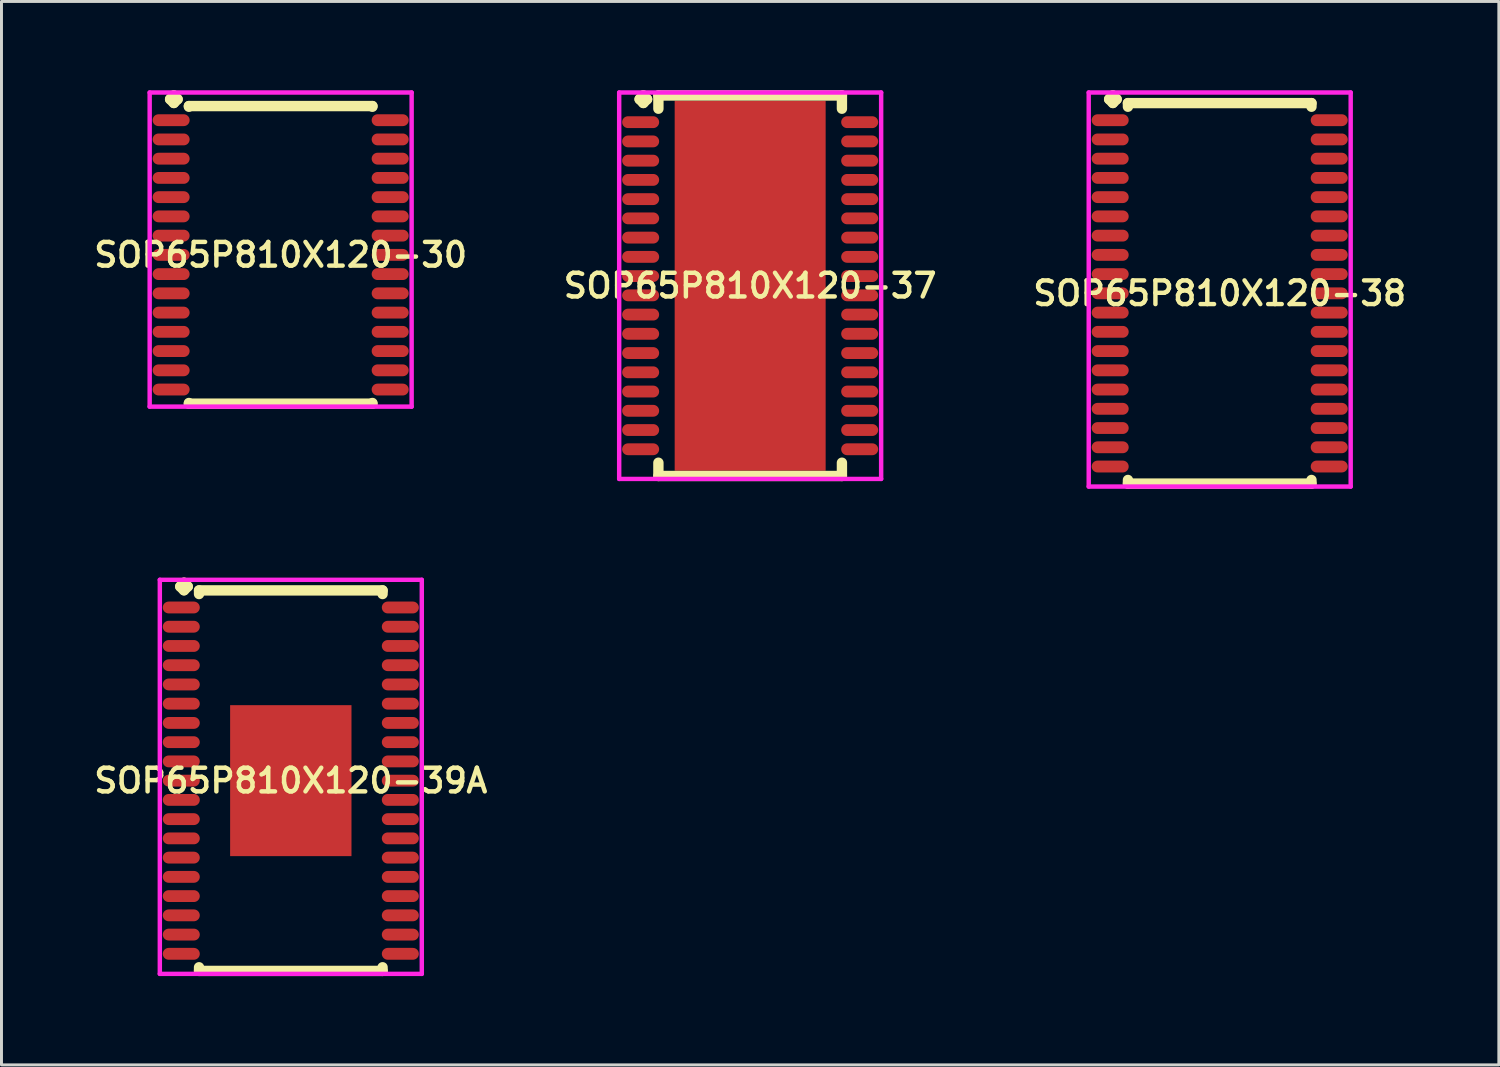
<source format=kicad_pcb>
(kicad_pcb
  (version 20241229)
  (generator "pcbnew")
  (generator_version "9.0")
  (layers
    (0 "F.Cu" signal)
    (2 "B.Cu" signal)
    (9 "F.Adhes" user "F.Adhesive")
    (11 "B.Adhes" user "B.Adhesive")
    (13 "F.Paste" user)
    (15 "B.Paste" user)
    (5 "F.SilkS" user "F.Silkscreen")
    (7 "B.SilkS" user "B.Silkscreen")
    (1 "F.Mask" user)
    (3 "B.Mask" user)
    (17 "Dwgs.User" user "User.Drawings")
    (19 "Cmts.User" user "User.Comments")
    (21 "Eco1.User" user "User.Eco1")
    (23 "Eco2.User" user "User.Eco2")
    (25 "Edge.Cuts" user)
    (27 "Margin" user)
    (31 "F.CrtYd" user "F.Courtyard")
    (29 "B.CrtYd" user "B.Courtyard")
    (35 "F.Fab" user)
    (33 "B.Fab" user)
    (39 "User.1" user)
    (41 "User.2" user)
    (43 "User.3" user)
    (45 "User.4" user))
  (footprint "SOP65P810X120-37"
    (layer "F.Cu")
    (at 22.292 6.602)
    (property "Reference" "SOP65P810X120-37" (at 0 0 0) (layer "F.SilkS") (effects (font (size 0.8 0.8) (thickness 0.15))))
    (attr smd)
    (fp_line (start -3.735 -6.3) (end -3.608 -6.427) (stroke (width 0.35) (type solid)) (layer "F.SilkS"))
    (fp_line (start -3.608 -6.427) (end -3.481 -6.3) (stroke (width 0.35) (type solid)) (layer "F.SilkS"))
    (fp_line (start -3.608 -6.173) (end -3.735 -6.3) (stroke (width 0.35) (type solid)) (layer "F.SilkS"))
    (fp_line (start -3.481 -6.3) (end -3.608 -6.173) (stroke (width 0.35) (type solid)) (layer "F.SilkS"))
    (fp_line (start -3.1 -6.427) (end 3.1 -6.427) (stroke (width 0.35) (type solid)) (layer "F.SilkS"))
    (fp_line (start -3.1 -5.979) (end -3.1 -6.427) (stroke (width 0.35) (type solid)) (layer "F.SilkS"))
    (fp_line (start -3.1 5.979) (end -3.1 6.427) (stroke (width 0.35) (type solid)) (layer "F.SilkS"))
    (fp_line (start -3.1 6.427) (end 3.1 6.427) (stroke (width 0.35) (type solid)) (layer "F.SilkS"))
    (fp_line (start 3.1 -6.427) (end 3.1 -5.979) (stroke (width 0.35) (type solid)) (layer "F.SilkS"))
    (fp_line (start 3.1 6.427) (end 3.1 5.979) (stroke (width 0.35) (type solid)) (layer "F.SilkS"))
    (fp_line (start -4.425 -6.527) (end 4.425 -6.527) (stroke (width 0.15) (type solid)) (layer "F.CrtYd"))
    (fp_line (start -4.425 6.527) (end -4.425 -6.527) (stroke (width 0.15) (type solid)) (layer "F.CrtYd"))
    (fp_line (start 4.425 -6.527) (end 4.425 6.527) (stroke (width 0.15) (type solid)) (layer "F.CrtYd"))
    (fp_line (start 4.425 6.527) (end -4.425 6.527) (stroke (width 0.15) (type solid)) (layer "F.CrtYd"))
    (pad "1" smd oval (at -3.7 -5.525) (size 1.25 0.4) (layers "F.Cu" "F.Mask" "F.Paste"))
    (pad "2" smd oval (at -3.7 -4.875) (size 1.25 0.4) (layers "F.Cu" "F.Mask" "F.Paste"))
    (pad "3" smd oval (at -3.7 -4.225) (size 1.25 0.4) (layers "F.Cu" "F.Mask" "F.Paste"))
    (pad "4" smd oval (at -3.7 -3.575) (size 1.25 0.4) (layers "F.Cu" "F.Mask" "F.Paste"))
    (pad "5" smd oval (at -3.7 -2.925) (size 1.25 0.4) (layers "F.Cu" "F.Mask" "F.Paste"))
    (pad "6" smd oval (at -3.7 -2.275) (size 1.25 0.4) (layers "F.Cu" "F.Mask" "F.Paste"))
    (pad "7" smd oval (at -3.7 -1.625) (size 1.25 0.4) (layers "F.Cu" "F.Mask" "F.Paste"))
    (pad "8" smd oval (at -3.7 -0.975) (size 1.25 0.4) (layers "F.Cu" "F.Mask" "F.Paste"))
    (pad "9" smd oval (at -3.7 -0.325) (size 1.25 0.4) (layers "F.Cu" "F.Mask" "F.Paste"))
    (pad "10" smd oval (at -3.7 0.325) (size 1.25 0.4) (layers "F.Cu" "F.Mask" "F.Paste"))
    (pad "11" smd oval (at -3.7 0.975) (size 1.25 0.4) (layers "F.Cu" "F.Mask" "F.Paste"))
    (pad "12" smd oval (at -3.7 1.625) (size 1.25 0.4) (layers "F.Cu" "F.Mask" "F.Paste"))
    (pad "13" smd oval (at -3.7 2.275) (size 1.25 0.4) (layers "F.Cu" "F.Mask" "F.Paste"))
    (pad "14" smd oval (at -3.7 2.925) (size 1.25 0.4) (layers "F.Cu" "F.Mask" "F.Paste"))
    (pad "15" smd oval (at -3.7 3.575) (size 1.25 0.4) (layers "F.Cu" "F.Mask" "F.Paste"))
    (pad "16" smd oval (at -3.7 4.225) (size 1.25 0.4) (layers "F.Cu" "F.Mask" "F.Paste"))
    (pad "17" smd oval (at -3.7 4.875) (size 1.25 0.4) (layers "F.Cu" "F.Mask" "F.Paste"))
    (pad "18" smd oval (at -3.7 5.525) (size 1.25 0.4) (layers "F.Cu" "F.Mask" "F.Paste"))
    (pad "19" smd oval (at 3.7 5.525) (size 1.25 0.4) (layers "F.Cu" "F.Mask" "F.Paste"))
    (pad "20" smd oval (at 3.7 4.875) (size 1.25 0.4) (layers "F.Cu" "F.Mask" "F.Paste"))
    (pad "21" smd oval (at 3.7 4.225) (size 1.25 0.4) (layers "F.Cu" "F.Mask" "F.Paste"))
    (pad "22" smd oval (at 3.7 3.575) (size 1.25 0.4) (layers "F.Cu" "F.Mask" "F.Paste"))
    (pad "23" smd oval (at 3.7 2.925) (size 1.25 0.4) (layers "F.Cu" "F.Mask" "F.Paste"))
    (pad "24" smd oval (at 3.7 2.275) (size 1.25 0.4) (layers "F.Cu" "F.Mask" "F.Paste"))
    (pad "25" smd oval (at 3.7 1.625) (size 1.25 0.4) (layers "F.Cu" "F.Mask" "F.Paste"))
    (pad "26" smd oval (at 3.7 0.975) (size 1.25 0.4) (layers "F.Cu" "F.Mask" "F.Paste"))
    (pad "27" smd oval (at 3.7 0.325) (size 1.25 0.4) (layers "F.Cu" "F.Mask" "F.Paste"))
    (pad "28" smd oval (at 3.7 -0.325) (size 1.25 0.4) (layers "F.Cu" "F.Mask" "F.Paste"))
    (pad "29" smd oval (at 3.7 -0.975) (size 1.25 0.4) (layers "F.Cu" "F.Mask" "F.Paste"))
    (pad "30" smd oval (at 3.7 -1.625) (size 1.25 0.4) (layers "F.Cu" "F.Mask" "F.Paste"))
    (pad "31" smd oval (at 3.7 -2.275) (size 1.25 0.4) (layers "F.Cu" "F.Mask" "F.Paste"))
    (pad "32" smd oval (at 3.7 -2.925) (size 1.25 0.4) (layers "F.Cu" "F.Mask" "F.Paste"))
    (pad "33" smd oval (at 3.7 -3.575) (size 1.25 0.4) (layers "F.Cu" "F.Mask" "F.Paste"))
    (pad "34" smd oval (at 3.7 -4.225) (size 1.25 0.4) (layers "F.Cu" "F.Mask" "F.Paste"))
    (pad "35" smd oval (at 3.7 -4.875) (size 1.25 0.4) (layers "F.Cu" "F.Mask" "F.Paste"))
    (pad "36" smd oval (at 3.7 -5.525) (size 1.25 0.4) (layers "F.Cu" "F.Mask" "F.Paste"))
    (pad "37" smd rect (at 0 0) (size 5.1 12.5) (layers "F.Cu" "F.Mask" "F.Paste")))
  (footprint "SOP65P810X120-38"
    (layer "F.Cu")
    (at 38.154 6.86)
    (property "Reference" "SOP65P810X120-38" (at 0 0 0) (layer "F.SilkS") (effects (font (size 0.8 0.8) (thickness 0.15))))
    (attr smd)
    (fp_line (start -3.735 -6.558) (end -3.608 -6.685) (stroke (width 0.35) (type solid)) (layer "F.SilkS"))
    (fp_line (start -3.608 -6.685) (end -3.481 -6.558) (stroke (width 0.35) (type solid)) (layer "F.SilkS"))
    (fp_line (start -3.608 -6.431) (end -3.735 -6.558) (stroke (width 0.35) (type solid)) (layer "F.SilkS"))
    (fp_line (start -3.481 -6.558) (end -3.608 -6.431) (stroke (width 0.35) (type solid)) (layer "F.SilkS"))
    (fp_line (start -3.1 -6.427) (end 3.1 -6.427) (stroke (width 0.35) (type solid)) (layer "F.SilkS"))
    (fp_line (start -3.1 -6.304) (end -3.1 -6.427) (stroke (width 0.35) (type solid)) (layer "F.SilkS"))
    (fp_line (start -3.1 6.304) (end -3.1 6.427) (stroke (width 0.35) (type solid)) (layer "F.SilkS"))
    (fp_line (start -3.1 6.427) (end 3.1 6.427) (stroke (width 0.35) (type solid)) (layer "F.SilkS"))
    (fp_line (start 3.1 -6.427) (end 3.1 -6.304) (stroke (width 0.35) (type solid)) (layer "F.SilkS"))
    (fp_line (start 3.1 6.427) (end 3.1 6.304) (stroke (width 0.35) (type solid)) (layer "F.SilkS"))
    (fp_line (start -4.425 -6.785) (end 4.425 -6.785) (stroke (width 0.15) (type solid)) (layer "F.CrtYd"))
    (fp_line (start -4.425 6.527) (end -4.425 -6.785) (stroke (width 0.15) (type solid)) (layer "F.CrtYd"))
    (fp_line (start 4.425 -6.785) (end 4.425 6.527) (stroke (width 0.15) (type solid)) (layer "F.CrtYd"))
    (fp_line (start 4.425 6.527) (end -4.425 6.527) (stroke (width 0.15) (type solid)) (layer "F.CrtYd"))
    (pad "1" smd oval (at -3.7 -5.85) (size 1.25 0.4) (layers "F.Cu" "F.Mask" "F.Paste"))
    (pad "2" smd oval (at -3.7 -5.2) (size 1.25 0.4) (layers "F.Cu" "F.Mask" "F.Paste"))
    (pad "3" smd oval (at -3.7 -4.55) (size 1.25 0.4) (layers "F.Cu" "F.Mask" "F.Paste"))
    (pad "4" smd oval (at -3.7 -3.9) (size 1.25 0.4) (layers "F.Cu" "F.Mask" "F.Paste"))
    (pad "5" smd oval (at -3.7 -3.25) (size 1.25 0.4) (layers "F.Cu" "F.Mask" "F.Paste"))
    (pad "6" smd oval (at -3.7 -2.6) (size 1.25 0.4) (layers "F.Cu" "F.Mask" "F.Paste"))
    (pad "7" smd oval (at -3.7 -1.95) (size 1.25 0.4) (layers "F.Cu" "F.Mask" "F.Paste"))
    (pad "8" smd oval (at -3.7 -1.3) (size 1.25 0.4) (layers "F.Cu" "F.Mask" "F.Paste"))
    (pad "9" smd oval (at -3.7 -0.65) (size 1.25 0.4) (layers "F.Cu" "F.Mask" "F.Paste"))
    (pad "10" smd oval (at -3.7 0) (size 1.25 0.4) (layers "F.Cu" "F.Mask" "F.Paste"))
    (pad "11" smd oval (at -3.7 0.65) (size 1.25 0.4) (layers "F.Cu" "F.Mask" "F.Paste"))
    (pad "12" smd oval (at -3.7 1.3) (size 1.25 0.4) (layers "F.Cu" "F.Mask" "F.Paste"))
    (pad "13" smd oval (at -3.7 1.95) (size 1.25 0.4) (layers "F.Cu" "F.Mask" "F.Paste"))
    (pad "14" smd oval (at -3.7 2.6) (size 1.25 0.4) (layers "F.Cu" "F.Mask" "F.Paste"))
    (pad "15" smd oval (at -3.7 3.25) (size 1.25 0.4) (layers "F.Cu" "F.Mask" "F.Paste"))
    (pad "16" smd oval (at -3.7 3.9) (size 1.25 0.4) (layers "F.Cu" "F.Mask" "F.Paste"))
    (pad "17" smd oval (at -3.7 4.55) (size 1.25 0.4) (layers "F.Cu" "F.Mask" "F.Paste"))
    (pad "18" smd oval (at -3.7 5.2) (size 1.25 0.4) (layers "F.Cu" "F.Mask" "F.Paste"))
    (pad "19" smd oval (at -3.7 5.85) (size 1.25 0.4) (layers "F.Cu" "F.Mask" "F.Paste"))
    (pad "20" smd oval (at 3.7 5.85) (size 1.25 0.4) (layers "F.Cu" "F.Mask" "F.Paste"))
    (pad "21" smd oval (at 3.7 5.2) (size 1.25 0.4) (layers "F.Cu" "F.Mask" "F.Paste"))
    (pad "22" smd oval (at 3.7 4.55) (size 1.25 0.4) (layers "F.Cu" "F.Mask" "F.Paste"))
    (pad "23" smd oval (at 3.7 3.9) (size 1.25 0.4) (layers "F.Cu" "F.Mask" "F.Paste"))
    (pad "24" smd oval (at 3.7 3.25) (size 1.25 0.4) (layers "F.Cu" "F.Mask" "F.Paste"))
    (pad "25" smd oval (at 3.7 2.6) (size 1.25 0.4) (layers "F.Cu" "F.Mask" "F.Paste"))
    (pad "26" smd oval (at 3.7 1.95) (size 1.25 0.4) (layers "F.Cu" "F.Mask" "F.Paste"))
    (pad "27" smd oval (at 3.7 1.3) (size 1.25 0.4) (layers "F.Cu" "F.Mask" "F.Paste"))
    (pad "28" smd oval (at 3.7 0.65) (size 1.25 0.4) (layers "F.Cu" "F.Mask" "F.Paste"))
    (pad "29" smd oval (at 3.7 0) (size 1.25 0.4) (layers "F.Cu" "F.Mask" "F.Paste"))
    (pad "30" smd oval (at 3.7 -0.65) (size 1.25 0.4) (layers "F.Cu" "F.Mask" "F.Paste"))
    (pad "31" smd oval (at 3.7 -1.3) (size 1.25 0.4) (layers "F.Cu" "F.Mask" "F.Paste"))
    (pad "32" smd oval (at 3.7 -1.95) (size 1.25 0.4) (layers "F.Cu" "F.Mask" "F.Paste"))
    (pad "33" smd oval (at 3.7 -2.6) (size 1.25 0.4) (layers "F.Cu" "F.Mask" "F.Paste"))
    (pad "34" smd oval (at 3.7 -3.25) (size 1.25 0.4) (layers "F.Cu" "F.Mask" "F.Paste"))
    (pad "35" smd oval (at 3.7 -3.9) (size 1.25 0.4) (layers "F.Cu" "F.Mask" "F.Paste"))
    (pad "36" smd oval (at 3.7 -4.55) (size 1.25 0.4) (layers "F.Cu" "F.Mask" "F.Paste"))
    (pad "37" smd oval (at 3.7 -5.2) (size 1.25 0.4) (layers "F.Cu" "F.Mask" "F.Paste"))
    (pad "38" smd oval (at 3.7 -5.85) (size 1.25 0.4) (layers "F.Cu" "F.Mask" "F.Paste")))
  (footprint "SOP65P810X120-30"
    (layer "F.Cu")
    (at 6.431 5.56)
    (property "Reference" "SOP65P810X120-30" (at 0 0 0) (layer "F.SilkS") (effects (font (size 0.8 0.8) (thickness 0.15))))
    (attr through_hole)
    (fp_line (start -3.735 -5.258) (end -3.608 -5.385) (stroke (width 0.35) (type solid)) (layer "F.SilkS"))
    (fp_line (start -3.608 -5.385) (end -3.481 -5.258) (stroke (width 0.35) (type solid)) (layer "F.SilkS"))
    (fp_line (start -3.608 -5.131) (end -3.735 -5.258) (stroke (width 0.35) (type solid)) (layer "F.SilkS"))
    (fp_line (start -3.481 -5.258) (end -3.608 -5.131) (stroke (width 0.35) (type solid)) (layer "F.SilkS"))
    (fp_line (start -3.1 -5.027) (end 3.1 -5.027) (stroke (width 0.35) (type solid)) (layer "F.SilkS"))
    (fp_line (start -3.1 -5.004) (end -3.1 -5.027) (stroke (width 0.35) (type solid)) (layer "F.SilkS"))
    (fp_line (start -3.1 5.004) (end -3.1 5.027) (stroke (width 0.35) (type solid)) (layer "F.SilkS"))
    (fp_line (start -3.1 5.027) (end 3.1 5.027) (stroke (width 0.35) (type solid)) (layer "F.SilkS"))
    (fp_line (start 3.1 -5.027) (end 3.1 -5.004) (stroke (width 0.35) (type solid)) (layer "F.SilkS"))
    (fp_line (start 3.1 5.027) (end 3.1 5.004) (stroke (width 0.35) (type solid)) (layer "F.SilkS"))
    (fp_line (start -4.425 -5.485) (end 4.425 -5.485) (stroke (width 0.15) (type solid)) (layer "F.CrtYd"))
    (fp_line (start -4.425 5.127) (end -4.425 -5.485) (stroke (width 0.15) (type solid)) (layer "F.CrtYd"))
    (fp_line (start 4.425 -5.485) (end 4.425 5.127) (stroke (width 0.15) (type solid)) (layer "F.CrtYd"))
    (fp_line (start 4.425 5.127) (end -4.425 5.127) (stroke (width 0.15) (type solid)) (layer "F.CrtYd"))
    (pad "1" smd oval (at -3.7 -4.55) (size 1.25 0.4) (layers "F.Cu" "F.Mask" "F.Paste"))
    (pad "2" smd oval (at -3.7 -3.9) (size 1.25 0.4) (layers "F.Cu" "F.Mask" "F.Paste"))
    (pad "3" smd oval (at -3.7 -3.25) (size 1.25 0.4) (layers "F.Cu" "F.Mask" "F.Paste"))
    (pad "4" smd oval (at -3.7 -2.6) (size 1.25 0.4) (layers "F.Cu" "F.Mask" "F.Paste"))
    (pad "5" smd oval (at -3.7 -1.95) (size 1.25 0.4) (layers "F.Cu" "F.Mask" "F.Paste"))
    (pad "6" smd oval (at -3.7 -1.3) (size 1.25 0.4) (layers "F.Cu" "F.Mask" "F.Paste"))
    (pad "7" smd oval (at -3.7 -0.65) (size 1.25 0.4) (layers "F.Cu" "F.Mask" "F.Paste"))
    (pad "8" smd oval (at -3.7 0) (size 1.25 0.4) (layers "F.Cu" "F.Mask" "F.Paste"))
    (pad "9" smd oval (at -3.7 0.65) (size 1.25 0.4) (layers "F.Cu" "F.Mask" "F.Paste"))
    (pad "10" smd oval (at -3.7 1.3) (size 1.25 0.4) (layers "F.Cu" "F.Mask" "F.Paste"))
    (pad "11" smd oval (at -3.7 1.95) (size 1.25 0.4) (layers "F.Cu" "F.Mask" "F.Paste"))
    (pad "12" smd oval (at -3.7 2.6) (size 1.25 0.4) (layers "F.Cu" "F.Mask" "F.Paste"))
    (pad "13" smd oval (at -3.7 3.25) (size 1.25 0.4) (layers "F.Cu" "F.Mask" "F.Paste"))
    (pad "14" smd oval (at -3.7 3.9) (size 1.25 0.4) (layers "F.Cu" "F.Mask" "F.Paste"))
    (pad "15" smd oval (at -3.7 4.55) (size 1.25 0.4) (layers "F.Cu" "F.Mask" "F.Paste"))
    (pad "16" smd oval (at 3.7 4.55) (size 1.25 0.4) (layers "F.Cu" "F.Mask" "F.Paste"))
    (pad "17" smd oval (at 3.7 3.9) (size 1.25 0.4) (layers "F.Cu" "F.Mask" "F.Paste"))
    (pad "18" smd oval (at 3.7 3.25) (size 1.25 0.4) (layers "F.Cu" "F.Mask" "F.Paste"))
    (pad "19" smd oval (at 3.7 2.6) (size 1.25 0.4) (layers "F.Cu" "F.Mask" "F.Paste"))
    (pad "20" smd oval (at 3.7 1.95) (size 1.25 0.4) (layers "F.Cu" "F.Mask" "F.Paste"))
    (pad "21" smd oval (at 3.7 1.3) (size 1.25 0.4) (layers "F.Cu" "F.Mask" "F.Paste"))
    (pad "22" smd oval (at 3.7 0.65) (size 1.25 0.4) (layers "F.Cu" "F.Mask" "F.Paste"))
    (pad "23" smd oval (at 3.7 0) (size 1.25 0.4) (layers "F.Cu" "F.Mask" "F.Paste"))
    (pad "24" smd oval (at 3.7 -0.65) (size 1.25 0.4) (layers "F.Cu" "F.Mask" "F.Paste"))
    (pad "25" smd oval (at 3.7 -1.3) (size 1.25 0.4) (layers "F.Cu" "F.Mask" "F.Paste"))
    (pad "26" smd oval (at 3.7 -1.95) (size 1.25 0.4) (layers "F.Cu" "F.Mask" "F.Paste"))
    (pad "27" smd oval (at 3.7 -2.6) (size 1.25 0.4) (layers "F.Cu" "F.Mask" "F.Paste"))
    (pad "28" smd oval (at 3.7 -3.25) (size 1.25 0.4) (layers "F.Cu" "F.Mask" "F.Paste"))
    (pad "29" smd oval (at 3.7 -3.9) (size 1.25 0.4) (layers "F.Cu" "F.Mask" "F.Paste"))
    (pad "30" smd oval (at 3.7 -4.55) (size 1.25 0.4) (layers "F.Cu" "F.Mask" "F.Paste")))
  (footprint "SOP65P810X120-39A"
    (layer "F.Cu")
    (at 6.774 23.322)
    (property "Reference" "SOP65P810X120-39A" (at 0 0 0) (layer "F.SilkS") (effects (font (size 0.8 0.8) (thickness 0.15))))
    (attr smd)
    (fp_line (start -3.735 -6.558) (end -3.608 -6.685) (stroke (width 0.35) (type solid)) (layer "F.SilkS"))
    (fp_line (start -3.608 -6.685) (end -3.481 -6.558) (stroke (width 0.35) (type solid)) (layer "F.SilkS"))
    (fp_line (start -3.608 -6.431) (end -3.735 -6.558) (stroke (width 0.35) (type solid)) (layer "F.SilkS"))
    (fp_line (start -3.481 -6.558) (end -3.608 -6.431) (stroke (width 0.35) (type solid)) (layer "F.SilkS"))
    (fp_line (start -3.1 -6.427) (end 3.1 -6.427) (stroke (width 0.35) (type solid)) (layer "F.SilkS"))
    (fp_line (start -3.1 -6.304) (end -3.1 -6.427) (stroke (width 0.35) (type solid)) (layer "F.SilkS"))
    (fp_line (start -3.1 6.304) (end -3.1 6.427) (stroke (width 0.35) (type solid)) (layer "F.SilkS"))
    (fp_line (start -3.1 6.427) (end 3.1 6.427) (stroke (width 0.35) (type solid)) (layer "F.SilkS"))
    (fp_line (start 3.1 -6.427) (end 3.1 -6.304) (stroke (width 0.35) (type solid)) (layer "F.SilkS"))
    (fp_line (start 3.1 6.427) (end 3.1 6.304) (stroke (width 0.35) (type solid)) (layer "F.SilkS"))
    (fp_line (start -4.425 -6.785) (end 4.425 -6.785) (stroke (width 0.15) (type solid)) (layer "F.CrtYd"))
    (fp_line (start -4.425 6.527) (end -4.425 -6.785) (stroke (width 0.15) (type solid)) (layer "F.CrtYd"))
    (fp_line (start 4.425 -6.785) (end 4.425 6.527) (stroke (width 0.15) (type solid)) (layer "F.CrtYd"))
    (fp_line (start 4.425 6.527) (end -4.425 6.527) (stroke (width 0.15) (type solid)) (layer "F.CrtYd"))
    (pad "1" smd oval (at -3.7 -5.85) (size 1.25 0.4) (layers "F.Cu" "F.Mask" "F.Paste"))
    (pad "2" smd oval (at -3.7 -5.2) (size 1.25 0.4) (layers "F.Cu" "F.Mask" "F.Paste"))
    (pad "3" smd oval (at -3.7 -4.55) (size 1.25 0.4) (layers "F.Cu" "F.Mask" "F.Paste"))
    (pad "4" smd oval (at -3.7 -3.9) (size 1.25 0.4) (layers "F.Cu" "F.Mask" "F.Paste"))
    (pad "5" smd oval (at -3.7 -3.25) (size 1.25 0.4) (layers "F.Cu" "F.Mask" "F.Paste"))
    (pad "6" smd oval (at -3.7 -2.6) (size 1.25 0.4) (layers "F.Cu" "F.Mask" "F.Paste"))
    (pad "7" smd oval (at -3.7 -1.95) (size 1.25 0.4) (layers "F.Cu" "F.Mask" "F.Paste"))
    (pad "8" smd oval (at -3.7 -1.3) (size 1.25 0.4) (layers "F.Cu" "F.Mask" "F.Paste"))
    (pad "9" smd oval (at -3.7 -0.65) (size 1.25 0.4) (layers "F.Cu" "F.Mask" "F.Paste"))
    (pad "10" smd oval (at -3.7 0) (size 1.25 0.4) (layers "F.Cu" "F.Mask" "F.Paste"))
    (pad "11" smd oval (at -3.7 0.65) (size 1.25 0.4) (layers "F.Cu" "F.Mask" "F.Paste"))
    (pad "12" smd oval (at -3.7 1.3) (size 1.25 0.4) (layers "F.Cu" "F.Mask" "F.Paste"))
    (pad "13" smd oval (at -3.7 1.95) (size 1.25 0.4) (layers "F.Cu" "F.Mask" "F.Paste"))
    (pad "14" smd oval (at -3.7 2.6) (size 1.25 0.4) (layers "F.Cu" "F.Mask" "F.Paste"))
    (pad "15" smd oval (at -3.7 3.25) (size 1.25 0.4) (layers "F.Cu" "F.Mask" "F.Paste"))
    (pad "16" smd oval (at -3.7 3.9) (size 1.25 0.4) (layers "F.Cu" "F.Mask" "F.Paste"))
    (pad "17" smd oval (at -3.7 4.55) (size 1.25 0.4) (layers "F.Cu" "F.Mask" "F.Paste"))
    (pad "18" smd oval (at -3.7 5.2) (size 1.25 0.4) (layers "F.Cu" "F.Mask" "F.Paste"))
    (pad "19" smd oval (at -3.7 5.85) (size 1.25 0.4) (layers "F.Cu" "F.Mask" "F.Paste"))
    (pad "20" smd oval (at 3.7 5.85) (size 1.25 0.4) (layers "F.Cu" "F.Mask" "F.Paste"))
    (pad "21" smd oval (at 3.7 5.2) (size 1.25 0.4) (layers "F.Cu" "F.Mask" "F.Paste"))
    (pad "22" smd oval (at 3.7 4.55) (size 1.25 0.4) (layers "F.Cu" "F.Mask" "F.Paste"))
    (pad "23" smd oval (at 3.7 3.9) (size 1.25 0.4) (layers "F.Cu" "F.Mask" "F.Paste"))
    (pad "24" smd oval (at 3.7 3.25) (size 1.25 0.4) (layers "F.Cu" "F.Mask" "F.Paste"))
    (pad "25" smd oval (at 3.7 2.6) (size 1.25 0.4) (layers "F.Cu" "F.Mask" "F.Paste"))
    (pad "26" smd oval (at 3.7 1.95) (size 1.25 0.4) (layers "F.Cu" "F.Mask" "F.Paste"))
    (pad "27" smd oval (at 3.7 1.3) (size 1.25 0.4) (layers "F.Cu" "F.Mask" "F.Paste"))
    (pad "28" smd oval (at 3.7 0.65) (size 1.25 0.4) (layers "F.Cu" "F.Mask" "F.Paste"))
    (pad "29" smd oval (at 3.7 0) (size 1.25 0.4) (layers "F.Cu" "F.Mask" "F.Paste"))
    (pad "30" smd oval (at 3.7 -0.65) (size 1.25 0.4) (layers "F.Cu" "F.Mask" "F.Paste"))
    (pad "31" smd oval (at 3.7 -1.3) (size 1.25 0.4) (layers "F.Cu" "F.Mask" "F.Paste"))
    (pad "32" smd oval (at 3.7 -1.95) (size 1.25 0.4) (layers "F.Cu" "F.Mask" "F.Paste"))
    (pad "33" smd oval (at 3.7 -2.6) (size 1.25 0.4) (layers "F.Cu" "F.Mask" "F.Paste"))
    (pad "34" smd oval (at 3.7 -3.25) (size 1.25 0.4) (layers "F.Cu" "F.Mask" "F.Paste"))
    (pad "35" smd oval (at 3.7 -3.9) (size 1.25 0.4) (layers "F.Cu" "F.Mask" "F.Paste"))
    (pad "36" smd oval (at 3.7 -4.55) (size 1.25 0.4) (layers "F.Cu" "F.Mask" "F.Paste"))
    (pad "37" smd oval (at 3.7 -5.2) (size 1.25 0.4) (layers "F.Cu" "F.Mask" "F.Paste"))
    (pad "38" smd oval (at 3.7 -5.85) (size 1.25 0.4) (layers "F.Cu" "F.Mask" "F.Paste"))
    (pad "39" smd rect (at 0 0) (size 4.1 5.1) (layers "F.Cu" "F.Mask" "F.Paste")))
  (gr_rect
    (start -3 -3)
    (end 47.584 32.924)
    (stroke (width 0.1) (type default))
    (fill no)
    (layer "Edge.Cuts")))
</source>
